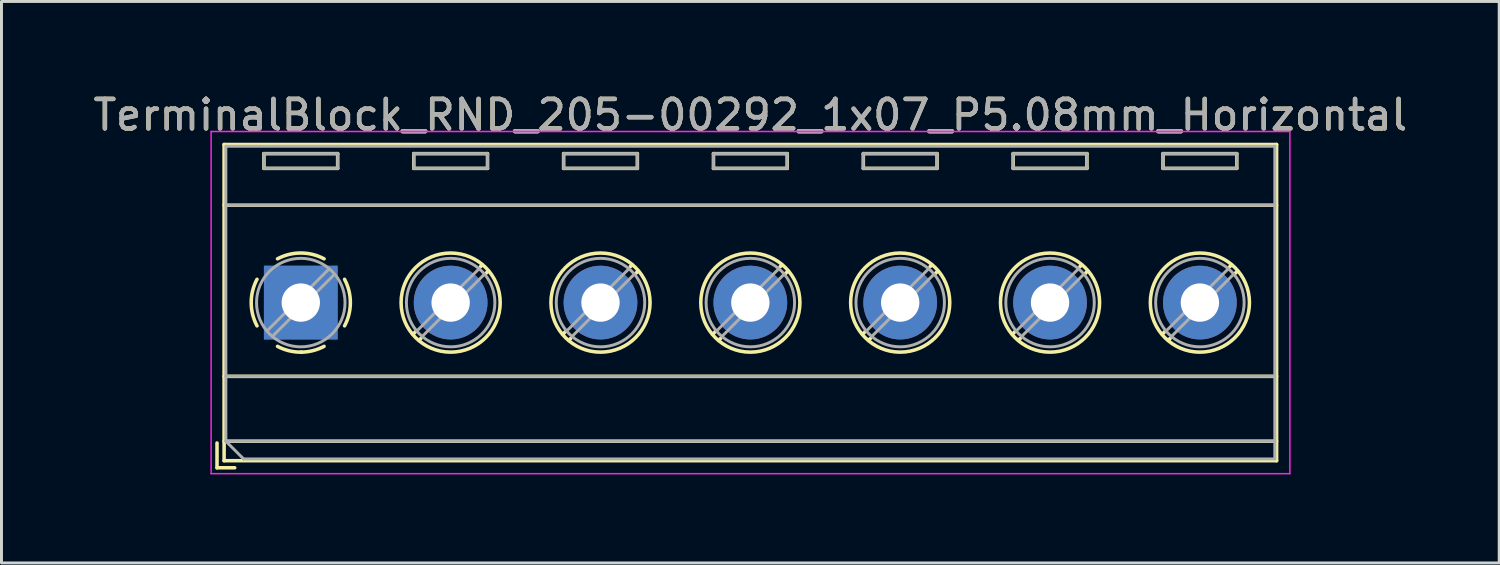
<source format=kicad_pcb>
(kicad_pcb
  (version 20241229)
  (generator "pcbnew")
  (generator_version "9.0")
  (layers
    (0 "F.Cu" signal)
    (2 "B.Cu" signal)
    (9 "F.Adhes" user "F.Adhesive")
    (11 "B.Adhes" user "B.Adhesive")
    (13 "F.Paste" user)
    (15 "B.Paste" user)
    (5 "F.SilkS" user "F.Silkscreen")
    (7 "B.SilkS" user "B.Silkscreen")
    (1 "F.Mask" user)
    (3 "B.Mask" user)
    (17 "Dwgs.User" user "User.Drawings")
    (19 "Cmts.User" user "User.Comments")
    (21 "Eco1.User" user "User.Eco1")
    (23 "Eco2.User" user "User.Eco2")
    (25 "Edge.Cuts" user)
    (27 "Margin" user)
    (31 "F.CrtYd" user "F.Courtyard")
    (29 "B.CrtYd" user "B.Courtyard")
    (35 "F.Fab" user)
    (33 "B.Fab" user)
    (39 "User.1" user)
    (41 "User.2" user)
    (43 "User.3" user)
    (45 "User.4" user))
  (footprint "TerminalBlock_RND_205-00292_1x07_P5.08mm_Horizontal"
    (layer "F.Cu")
    (at 7.147 7.208)
    (property "Reference" "TerminalBlock_RND_205-00292_1x07_P5.08mm_Horizontal" (at 15.24 -6.36 0) (layer "F.SilkS") (effects (font (size 1 1) (thickness 0.15))))
    (attr through_hole)
    (fp_line (start -2.84 4.76) (end -2.84 5.6) (stroke (width 0.12) (type solid)) (layer "F.SilkS"))
    (fp_line (start -2.84 5.6) (end -2.24 5.6) (stroke (width 0.12) (type solid)) (layer "F.SilkS"))
    (fp_line (start -2.6 -5.36) (end -2.6 5.36) (stroke (width 0.12) (type solid)) (layer "F.SilkS"))
    (fp_line (start -2.6 -5.36) (end 33.08 -5.36) (stroke (width 0.12) (type solid)) (layer "F.SilkS"))
    (fp_line (start -2.6 -3.3) (end 33.08 -3.3) (stroke (width 0.12) (type solid)) (layer "F.SilkS"))
    (fp_line (start -2.6 2.5) (end 33.08 2.5) (stroke (width 0.12) (type solid)) (layer "F.SilkS"))
    (fp_line (start -2.6 4.7) (end 33.08 4.7) (stroke (width 0.12) (type solid)) (layer "F.SilkS"))
    (fp_line (start -2.6 5.36) (end 33.08 5.36) (stroke (width 0.12) (type solid)) (layer "F.SilkS"))
    (fp_line (start -1.25 -5.05) (end -1.25 -4.55) (stroke (width 0.12) (type solid)) (layer "F.SilkS"))
    (fp_line (start -1.25 -5.05) (end 1.25 -5.05) (stroke (width 0.12) (type solid)) (layer "F.SilkS"))
    (fp_line (start -1.25 -4.55) (end 1.25 -4.55) (stroke (width 0.12) (type solid)) (layer "F.SilkS"))
    (fp_line (start 1.25 -5.05) (end 1.25 -4.55) (stroke (width 0.12) (type solid)) (layer "F.SilkS"))
    (fp_line (start 3.83 -5.05) (end 3.83 -4.55) (stroke (width 0.12) (type solid)) (layer "F.SilkS"))
    (fp_line (start 3.83 -5.05) (end 6.33 -5.05) (stroke (width 0.12) (type solid)) (layer "F.SilkS"))
    (fp_line (start 3.83 -4.55) (end 6.33 -4.55) (stroke (width 0.12) (type solid)) (layer "F.SilkS"))
    (fp_line (start 3.9 0.976) (end 3.806 1.069) (stroke (width 0.12) (type solid)) (layer "F.SilkS"))
    (fp_line (start 4.07 1.216) (end 4.011 1.274) (stroke (width 0.12) (type solid)) (layer "F.SilkS"))
    (fp_line (start 6.15 -1.275) (end 6.091 -1.216) (stroke (width 0.12) (type solid)) (layer "F.SilkS"))
    (fp_line (start 6.33 -5.05) (end 6.33 -4.55) (stroke (width 0.12) (type solid)) (layer "F.SilkS"))
    (fp_line (start 6.355 -1.069) (end 6.261 -0.976) (stroke (width 0.12) (type solid)) (layer "F.SilkS"))
    (fp_line (start 8.91 -5.05) (end 8.91 -4.55) (stroke (width 0.12) (type solid)) (layer "F.SilkS"))
    (fp_line (start 8.91 -5.05) (end 11.41 -5.05) (stroke (width 0.12) (type solid)) (layer "F.SilkS"))
    (fp_line (start 8.91 -4.55) (end 11.41 -4.55) (stroke (width 0.12) (type solid)) (layer "F.SilkS"))
    (fp_line (start 8.98 0.976) (end 8.886 1.069) (stroke (width 0.12) (type solid)) (layer "F.SilkS"))
    (fp_line (start 9.15 1.216) (end 9.091 1.274) (stroke (width 0.12) (type solid)) (layer "F.SilkS"))
    (fp_line (start 11.23 -1.275) (end 11.171 -1.216) (stroke (width 0.12) (type solid)) (layer "F.SilkS"))
    (fp_line (start 11.41 -5.05) (end 11.41 -4.55) (stroke (width 0.12) (type solid)) (layer "F.SilkS"))
    (fp_line (start 11.435 -1.069) (end 11.341 -0.976) (stroke (width 0.12) (type solid)) (layer "F.SilkS"))
    (fp_line (start 13.99 -5.05) (end 13.99 -4.55) (stroke (width 0.12) (type solid)) (layer "F.SilkS"))
    (fp_line (start 13.99 -5.05) (end 16.49 -5.05) (stroke (width 0.12) (type solid)) (layer "F.SilkS"))
    (fp_line (start 13.99 -4.55) (end 16.49 -4.55) (stroke (width 0.12) (type solid)) (layer "F.SilkS"))
    (fp_line (start 14.06 0.976) (end 13.966 1.069) (stroke (width 0.12) (type solid)) (layer "F.SilkS"))
    (fp_line (start 14.23 1.216) (end 14.171 1.274) (stroke (width 0.12) (type solid)) (layer "F.SilkS"))
    (fp_line (start 16.31 -1.275) (end 16.251 -1.216) (stroke (width 0.12) (type solid)) (layer "F.SilkS"))
    (fp_line (start 16.49 -5.05) (end 16.49 -4.55) (stroke (width 0.12) (type solid)) (layer "F.SilkS"))
    (fp_line (start 16.515 -1.069) (end 16.421 -0.976) (stroke (width 0.12) (type solid)) (layer "F.SilkS"))
    (fp_line (start 19.07 -5.05) (end 19.07 -4.55) (stroke (width 0.12) (type solid)) (layer "F.SilkS"))
    (fp_line (start 19.07 -5.05) (end 21.57 -5.05) (stroke (width 0.12) (type solid)) (layer "F.SilkS"))
    (fp_line (start 19.07 -4.55) (end 21.57 -4.55) (stroke (width 0.12) (type solid)) (layer "F.SilkS"))
    (fp_line (start 19.14 0.976) (end 19.046 1.069) (stroke (width 0.12) (type solid)) (layer "F.SilkS"))
    (fp_line (start 19.31 1.216) (end 19.251 1.274) (stroke (width 0.12) (type solid)) (layer "F.SilkS"))
    (fp_line (start 21.39 -1.275) (end 21.331 -1.216) (stroke (width 0.12) (type solid)) (layer "F.SilkS"))
    (fp_line (start 21.57 -5.05) (end 21.57 -4.55) (stroke (width 0.12) (type solid)) (layer "F.SilkS"))
    (fp_line (start 21.595 -1.069) (end 21.501 -0.976) (stroke (width 0.12) (type solid)) (layer "F.SilkS"))
    (fp_line (start 24.15 -5.05) (end 24.15 -4.55) (stroke (width 0.12) (type solid)) (layer "F.SilkS"))
    (fp_line (start 24.15 -5.05) (end 26.65 -5.05) (stroke (width 0.12) (type solid)) (layer "F.SilkS"))
    (fp_line (start 24.15 -4.55) (end 26.65 -4.55) (stroke (width 0.12) (type solid)) (layer "F.SilkS"))
    (fp_line (start 24.22 0.976) (end 24.126 1.069) (stroke (width 0.12) (type solid)) (layer "F.SilkS"))
    (fp_line (start 24.39 1.216) (end 24.331 1.274) (stroke (width 0.12) (type solid)) (layer "F.SilkS"))
    (fp_line (start 26.47 -1.275) (end 26.411 -1.216) (stroke (width 0.12) (type solid)) (layer "F.SilkS"))
    (fp_line (start 26.65 -5.05) (end 26.65 -4.55) (stroke (width 0.12) (type solid)) (layer "F.SilkS"))
    (fp_line (start 26.675 -1.069) (end 26.581 -0.976) (stroke (width 0.12) (type solid)) (layer "F.SilkS"))
    (fp_line (start 29.23 -5.05) (end 29.23 -4.55) (stroke (width 0.12) (type solid)) (layer "F.SilkS"))
    (fp_line (start 29.23 -5.05) (end 31.73 -5.05) (stroke (width 0.12) (type solid)) (layer "F.SilkS"))
    (fp_line (start 29.23 -4.55) (end 31.73 -4.55) (stroke (width 0.12) (type solid)) (layer "F.SilkS"))
    (fp_line (start 29.3 0.976) (end 29.206 1.069) (stroke (width 0.12) (type solid)) (layer "F.SilkS"))
    (fp_line (start 29.47 1.216) (end 29.411 1.274) (stroke (width 0.12) (type solid)) (layer "F.SilkS"))
    (fp_line (start 31.55 -1.275) (end 31.491 -1.216) (stroke (width 0.12) (type solid)) (layer "F.SilkS"))
    (fp_line (start 31.73 -5.05) (end 31.73 -4.55) (stroke (width 0.12) (type solid)) (layer "F.SilkS"))
    (fp_line (start 31.755 -1.069) (end 31.661 -0.976) (stroke (width 0.12) (type solid)) (layer "F.SilkS"))
    (fp_line (start 33.08 -5.36) (end 33.08 5.36) (stroke (width 0.12) (type solid)) (layer "F.SilkS"))
    (fp_arc (start -1.483953 0.789089) (mid -1.680708 0.00005) (end -1.484 -0.789) (stroke (width 0.12) (type solid)) (layer "F.SilkS"))
    (fp_arc (start -0.789089 -1.483953) (mid -0.00005 -1.680708) (end 0.789 -1.484) (stroke (width 0.12) (type solid)) (layer "F.SilkS"))
    (fp_arc (start 0.029383 1.68045) (mid -0.392304 1.634281) (end -0.789 1.484) (stroke (width 0.12) (type solid)) (layer "F.SilkS"))
    (fp_arc (start 0.788712 1.483352) (mid 0.406429 1.630097) (end 0 1.68) (stroke (width 0.12) (type solid)) (layer "F.SilkS"))
    (fp_arc (start 1.483953 -0.789089) (mid 1.680708 -0.00005) (end 1.484 0.789) (stroke (width 0.12) (type solid)) (layer "F.SilkS"))
    (fp_circle (center 5.08 0) (end 6.76 0) (stroke (width 0.12) (type solid)) (fill no) (layer "F.SilkS"))
    (fp_circle (center 10.16 0) (end 11.84 0) (stroke (width 0.12) (type solid)) (fill no) (layer "F.SilkS"))
    (fp_circle (center 15.24 0) (end 16.92 0) (stroke (width 0.12) (type solid)) (fill no) (layer "F.SilkS"))
    (fp_circle (center 20.32 0) (end 22 0) (stroke (width 0.12) (type solid)) (fill no) (layer "F.SilkS"))
    (fp_circle (center 25.4 0) (end 27.08 0) (stroke (width 0.12) (type solid)) (fill no) (layer "F.SilkS"))
    (fp_circle (center 30.48 0) (end 32.16 0) (stroke (width 0.12) (type solid)) (fill no) (layer "F.SilkS"))
    (fp_line (start -3.04 -5.8) (end -3.04 5.8) (stroke (width 0.05) (type solid)) (layer "F.CrtYd"))
    (fp_line (start -3.04 5.8) (end 33.53 5.8) (stroke (width 0.05) (type solid)) (layer "F.CrtYd"))
    (fp_line (start 33.53 -5.8) (end -3.04 -5.8) (stroke (width 0.05) (type solid)) (layer "F.CrtYd"))
    (fp_line (start 33.53 5.8) (end 33.53 -5.8) (stroke (width 0.05) (type solid)) (layer "F.CrtYd"))
    (fp_line (start -2.54 -5.3) (end 33.02 -5.3) (stroke (width 0.1) (type solid)) (layer "F.Fab"))
    (fp_line (start -2.54 -3.3) (end 33.02 -3.3) (stroke (width 0.1) (type solid)) (layer "F.Fab"))
    (fp_line (start -2.54 2.5) (end 33.02 2.5) (stroke (width 0.1) (type solid)) (layer "F.Fab"))
    (fp_line (start -2.54 4.7) (end -2.54 -5.3) (stroke (width 0.1) (type solid)) (layer "F.Fab"))
    (fp_line (start -2.54 4.7) (end 33.02 4.7) (stroke (width 0.1) (type solid)) (layer "F.Fab"))
    (fp_line (start -1.94 5.3) (end -2.54 4.7) (stroke (width 0.1) (type solid)) (layer "F.Fab"))
    (fp_line (start -1.25 -5.05) (end -1.25 -4.55) (stroke (width 0.1) (type solid)) (layer "F.Fab"))
    (fp_line (start -1.25 -4.55) (end 1.25 -4.55) (stroke (width 0.1) (type solid)) (layer "F.Fab"))
    (fp_line (start 0.955 -1.138) (end -1.138 0.955) (stroke (width 0.1) (type solid)) (layer "F.Fab"))
    (fp_line (start 1.138 -0.955) (end -0.955 1.138) (stroke (width 0.1) (type solid)) (layer "F.Fab"))
    (fp_line (start 1.25 -5.05) (end -1.25 -5.05) (stroke (width 0.1) (type solid)) (layer "F.Fab"))
    (fp_line (start 1.25 -4.55) (end 1.25 -5.05) (stroke (width 0.1) (type solid)) (layer "F.Fab"))
    (fp_line (start 3.83 -5.05) (end 3.83 -4.55) (stroke (width 0.1) (type solid)) (layer "F.Fab"))
    (fp_line (start 3.83 -4.55) (end 6.33 -4.55) (stroke (width 0.1) (type solid)) (layer "F.Fab"))
    (fp_line (start 6.035 -1.138) (end 3.943 0.955) (stroke (width 0.1) (type solid)) (layer "F.Fab"))
    (fp_line (start 6.218 -0.955) (end 4.126 1.138) (stroke (width 0.1) (type solid)) (layer "F.Fab"))
    (fp_line (start 6.33 -5.05) (end 3.83 -5.05) (stroke (width 0.1) (type solid)) (layer "F.Fab"))
    (fp_line (start 6.33 -4.55) (end 6.33 -5.05) (stroke (width 0.1) (type solid)) (layer "F.Fab"))
    (fp_line (start 8.91 -5.05) (end 8.91 -4.55) (stroke (width 0.1) (type solid)) (layer "F.Fab"))
    (fp_line (start 8.91 -4.55) (end 11.41 -4.55) (stroke (width 0.1) (type solid)) (layer "F.Fab"))
    (fp_line (start 11.115 -1.138) (end 9.023 0.955) (stroke (width 0.1) (type solid)) (layer "F.Fab"))
    (fp_line (start 11.298 -0.955) (end 9.206 1.138) (stroke (width 0.1) (type solid)) (layer "F.Fab"))
    (fp_line (start 11.41 -5.05) (end 8.91 -5.05) (stroke (width 0.1) (type solid)) (layer "F.Fab"))
    (fp_line (start 11.41 -4.55) (end 11.41 -5.05) (stroke (width 0.1) (type solid)) (layer "F.Fab"))
    (fp_line (start 13.99 -5.05) (end 13.99 -4.55) (stroke (width 0.1) (type solid)) (layer "F.Fab"))
    (fp_line (start 13.99 -4.55) (end 16.49 -4.55) (stroke (width 0.1) (type solid)) (layer "F.Fab"))
    (fp_line (start 16.195 -1.138) (end 14.103 0.955) (stroke (width 0.1) (type solid)) (layer "F.Fab"))
    (fp_line (start 16.378 -0.955) (end 14.286 1.138) (stroke (width 0.1) (type solid)) (layer "F.Fab"))
    (fp_line (start 16.49 -5.05) (end 13.99 -5.05) (stroke (width 0.1) (type solid)) (layer "F.Fab"))
    (fp_line (start 16.49 -4.55) (end 16.49 -5.05) (stroke (width 0.1) (type solid)) (layer "F.Fab"))
    (fp_line (start 19.07 -5.05) (end 19.07 -4.55) (stroke (width 0.1) (type solid)) (layer "F.Fab"))
    (fp_line (start 19.07 -4.55) (end 21.57 -4.55) (stroke (width 0.1) (type solid)) (layer "F.Fab"))
    (fp_line (start 21.275 -1.138) (end 19.183 0.955) (stroke (width 0.1) (type solid)) (layer "F.Fab"))
    (fp_line (start 21.458 -0.955) (end 19.366 1.138) (stroke (width 0.1) (type solid)) (layer "F.Fab"))
    (fp_line (start 21.57 -5.05) (end 19.07 -5.05) (stroke (width 0.1) (type solid)) (layer "F.Fab"))
    (fp_line (start 21.57 -4.55) (end 21.57 -5.05) (stroke (width 0.1) (type solid)) (layer "F.Fab"))
    (fp_line (start 24.15 -5.05) (end 24.15 -4.55) (stroke (width 0.1) (type solid)) (layer "F.Fab"))
    (fp_line (start 24.15 -4.55) (end 26.65 -4.55) (stroke (width 0.1) (type solid)) (layer "F.Fab"))
    (fp_line (start 26.355 -1.138) (end 24.263 0.955) (stroke (width 0.1) (type solid)) (layer "F.Fab"))
    (fp_line (start 26.538 -0.955) (end 24.446 1.138) (stroke (width 0.1) (type solid)) (layer "F.Fab"))
    (fp_line (start 26.65 -5.05) (end 24.15 -5.05) (stroke (width 0.1) (type solid)) (layer "F.Fab"))
    (fp_line (start 26.65 -4.55) (end 26.65 -5.05) (stroke (width 0.1) (type solid)) (layer "F.Fab"))
    (fp_line (start 29.23 -5.05) (end 29.23 -4.55) (stroke (width 0.1) (type solid)) (layer "F.Fab"))
    (fp_line (start 29.23 -4.55) (end 31.73 -4.55) (stroke (width 0.1) (type solid)) (layer "F.Fab"))
    (fp_line (start 31.435 -1.138) (end 29.343 0.955) (stroke (width 0.1) (type solid)) (layer "F.Fab"))
    (fp_line (start 31.618 -0.955) (end 29.526 1.138) (stroke (width 0.1) (type solid)) (layer "F.Fab"))
    (fp_line (start 31.73 -5.05) (end 29.23 -5.05) (stroke (width 0.1) (type solid)) (layer "F.Fab"))
    (fp_line (start 31.73 -4.55) (end 31.73 -5.05) (stroke (width 0.1) (type solid)) (layer "F.Fab"))
    (fp_line (start 33.02 -5.3) (end 33.02 5.3) (stroke (width 0.1) (type solid)) (layer "F.Fab"))
    (fp_line (start 33.02 5.3) (end -1.94 5.3) (stroke (width 0.1) (type solid)) (layer "F.Fab"))
    (fp_circle (center 0 0) (end 1.5 0) (stroke (width 0.1) (type solid)) (fill no) (layer "F.Fab"))
    (fp_circle (center 5.08 0) (end 6.58 0) (stroke (width 0.1) (type solid)) (fill no) (layer "F.Fab"))
    (fp_circle (center 10.16 0) (end 11.66 0) (stroke (width 0.1) (type solid)) (fill no) (layer "F.Fab"))
    (fp_circle (center 15.24 0) (end 16.74 0) (stroke (width 0.1) (type solid)) (fill no) (layer "F.Fab"))
    (fp_circle (center 20.32 0) (end 21.82 0) (stroke (width 0.1) (type solid)) (fill no) (layer "F.Fab"))
    (fp_circle (center 25.4 0) (end 26.9 0) (stroke (width 0.1) (type solid)) (fill no) (layer "F.Fab"))
    (fp_circle (center 30.48 0) (end 31.98 0) (stroke (width 0.1) (type solid)) (fill no) (layer "F.Fab"))
    (fp_text user "${REFERENCE}" (at 15.24 -6.36 0) (layer "F.Fab") (effects (font (size 1 1) (thickness 0.15))))
    (pad "1" thru_hole rect (at 0 0) (size 2.5 2.5) (drill 1.3) (layers "*.Cu" "*.Mask"))
    (pad "2" thru_hole circle (at 5.08 0) (size 2.5 2.5) (drill 1.3) (layers "*.Cu" "*.Mask"))
    (pad "3" thru_hole circle (at 10.16 0) (size 2.5 2.5) (drill 1.3) (layers "*.Cu" "*.Mask"))
    (pad "4" thru_hole circle (at 15.24 0) (size 2.5 2.5) (drill 1.3) (layers "*.Cu" "*.Mask"))
    (pad "5" thru_hole circle (at 20.32 0) (size 2.5 2.5) (drill 1.3) (layers "*.Cu" "*.Mask"))
    (pad "6" thru_hole circle (at 25.4 0) (size 2.5 2.5) (drill 1.3) (layers "*.Cu" "*.Mask"))
    (pad "7" thru_hole circle (at 30.48 0) (size 2.5 2.5) (drill 1.3) (layers "*.Cu" "*.Mask")))
  (gr_rect
    (start -3 -3)
    (end 47.774 16.033)
    (stroke (width 0.1) (type default))
    (fill no)
    (layer "Edge.Cuts")))
</source>
